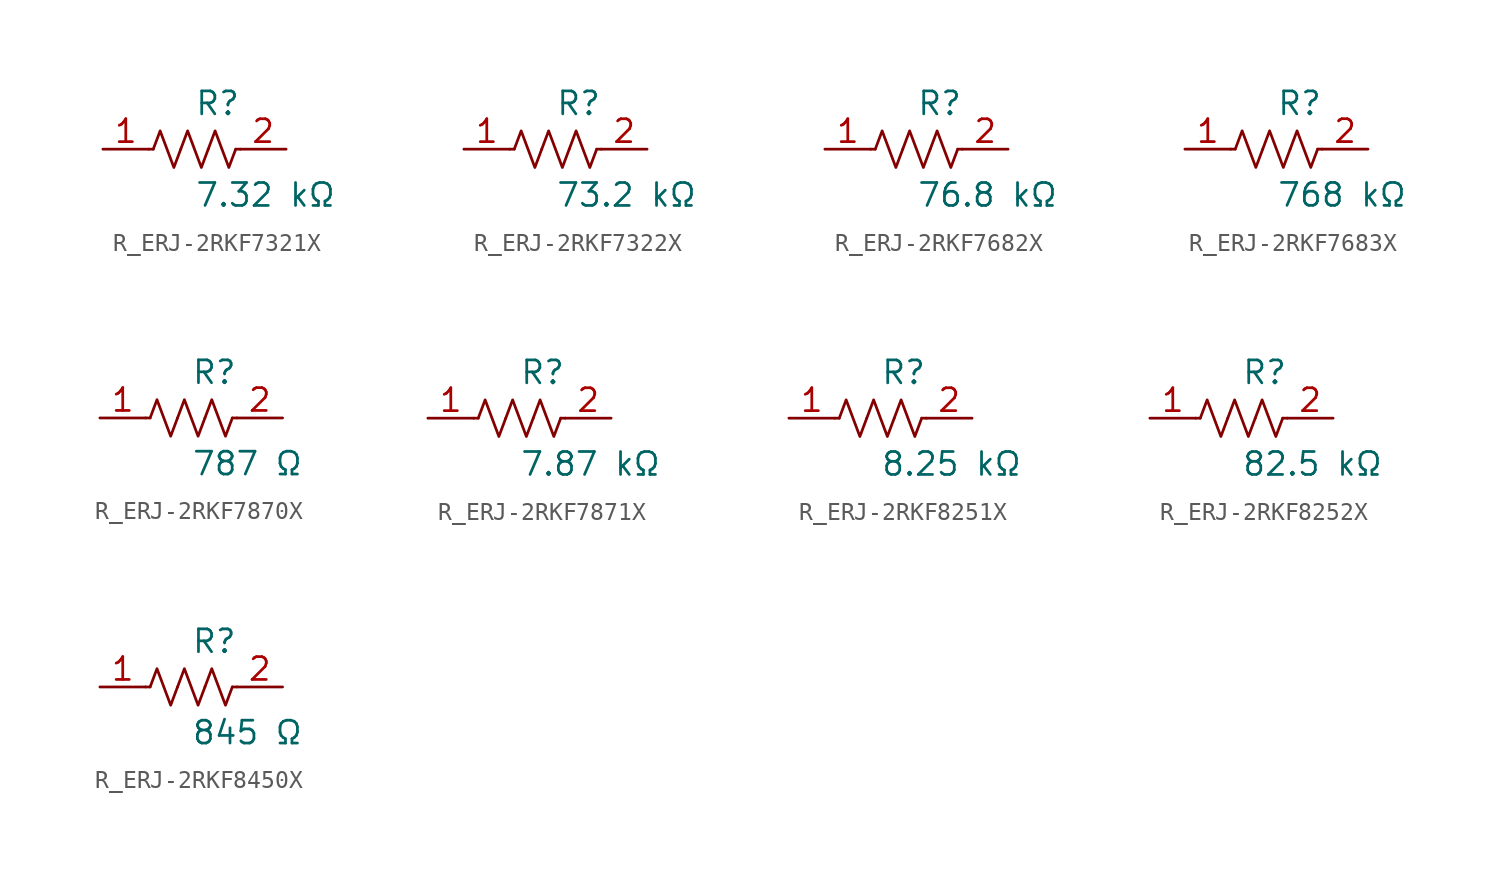
<source format=kicad_sym>
(kicad_symbol_lib
  (version 20231120)
  (generator kicad_symbol_editor)
  (generator_version 8.0)
  (symbol "R_ERJ-2RKF7321X"
    (pin_names
      (offset 0.254))
    (property "Reference" "R"
      (at 0.0 2.54 0)
      (effects (font (size 1.27 1.27)) (justify left)))
    (property "Value" "7.32 kΩ"
      (at 0.0 -2.54 0)
      (effects (font (size 1.27 1.27)) (justify left)))
    (symbol "R_ERJ-2RKF7321X_0_1"
      (polyline (pts (xy 2.286 0) (xy 2.54 0)) (stroke (width 0) (type default)) (fill (type none)))
      (polyline (pts (xy -2.286 0) (xy -2.54 0)) (stroke (width 0) (type default)) (fill (type none)))
      (polyline (pts (xy 0.762 0) (xy 1.143 1.016) (xy 1.524 0) (xy 1.905 -1.016) (xy 2.286 0)) (stroke (width 0) (type default)) (fill (type none)))
      (polyline (pts (xy -0.762 0) (xy -0.381 1.016) (xy 0 0) (xy 0.381 -1.016) (xy 0.762 0)) (stroke (width 0) (type default)) (fill (type none)))
      (polyline (pts (xy -2.286 0) (xy -1.905 1.016) (xy -1.524 0) (xy -1.143 -1.016) (xy -0.762 0)) (stroke (width 0) (type default)) (fill (type none))))
    (pin unspecified line
      (at -5.08 0 0)
      (length 2.54)
      (name "" (effects (font (size 1.27 1.27))))
      (number "1" (effects (font (size 1.27 1.27)))))
    (pin unspecified line
      (at 5.08 0 180)
      (length 2.54)
      (name "" (effects (font (size 1.27 1.27))))
      (number "2" (effects (font (size 1.27 1.27))))))
  (symbol "R_ERJ-2RKF7322X"
    (pin_names
      (offset 0.254))
    (property "Reference" "R"
      (at 0.0 2.54 0)
      (effects (font (size 1.27 1.27)) (justify left)))
    (property "Value" "73.2 kΩ"
      (at 0.0 -2.54 0)
      (effects (font (size 1.27 1.27)) (justify left)))
    (symbol "R_ERJ-2RKF7322X_0_1"
      (polyline (pts (xy 2.286 0) (xy 2.54 0)) (stroke (width 0) (type default)) (fill (type none)))
      (polyline (pts (xy -2.286 0) (xy -2.54 0)) (stroke (width 0) (type default)) (fill (type none)))
      (polyline (pts (xy 0.762 0) (xy 1.143 1.016) (xy 1.524 0) (xy 1.905 -1.016) (xy 2.286 0)) (stroke (width 0) (type default)) (fill (type none)))
      (polyline (pts (xy -0.762 0) (xy -0.381 1.016) (xy 0 0) (xy 0.381 -1.016) (xy 0.762 0)) (stroke (width 0) (type default)) (fill (type none)))
      (polyline (pts (xy -2.286 0) (xy -1.905 1.016) (xy -1.524 0) (xy -1.143 -1.016) (xy -0.762 0)) (stroke (width 0) (type default)) (fill (type none))))
    (pin unspecified line
      (at -5.08 0 0)
      (length 2.54)
      (name "" (effects (font (size 1.27 1.27))))
      (number "1" (effects (font (size 1.27 1.27)))))
    (pin unspecified line
      (at 5.08 0 180)
      (length 2.54)
      (name "" (effects (font (size 1.27 1.27))))
      (number "2" (effects (font (size 1.27 1.27))))))
  (symbol "R_ERJ-2RKF7682X"
    (pin_names
      (offset 0.254))
    (property "Reference" "R"
      (at 0.0 2.54 0)
      (effects (font (size 1.27 1.27)) (justify left)))
    (property "Value" "76.8 kΩ"
      (at 0.0 -2.54 0)
      (effects (font (size 1.27 1.27)) (justify left)))
    (symbol "R_ERJ-2RKF7682X_0_1"
      (polyline (pts (xy 2.286 0) (xy 2.54 0)) (stroke (width 0) (type default)) (fill (type none)))
      (polyline (pts (xy -2.286 0) (xy -2.54 0)) (stroke (width 0) (type default)) (fill (type none)))
      (polyline (pts (xy 0.762 0) (xy 1.143 1.016) (xy 1.524 0) (xy 1.905 -1.016) (xy 2.286 0)) (stroke (width 0) (type default)) (fill (type none)))
      (polyline (pts (xy -0.762 0) (xy -0.381 1.016) (xy 0 0) (xy 0.381 -1.016) (xy 0.762 0)) (stroke (width 0) (type default)) (fill (type none)))
      (polyline (pts (xy -2.286 0) (xy -1.905 1.016) (xy -1.524 0) (xy -1.143 -1.016) (xy -0.762 0)) (stroke (width 0) (type default)) (fill (type none))))
    (pin unspecified line
      (at -5.08 0 0)
      (length 2.54)
      (name "" (effects (font (size 1.27 1.27))))
      (number "1" (effects (font (size 1.27 1.27)))))
    (pin unspecified line
      (at 5.08 0 180)
      (length 2.54)
      (name "" (effects (font (size 1.27 1.27))))
      (number "2" (effects (font (size 1.27 1.27))))))
  (symbol "R_ERJ-2RKF7683X"
    (pin_names
      (offset 0.254))
    (property "Reference" "R"
      (at 0.0 2.54 0)
      (effects (font (size 1.27 1.27)) (justify left)))
    (property "Value" "768 kΩ"
      (at 0.0 -2.54 0)
      (effects (font (size 1.27 1.27)) (justify left)))
    (symbol "R_ERJ-2RKF7683X_0_1"
      (polyline (pts (xy 2.286 0) (xy 2.54 0)) (stroke (width 0) (type default)) (fill (type none)))
      (polyline (pts (xy -2.286 0) (xy -2.54 0)) (stroke (width 0) (type default)) (fill (type none)))
      (polyline (pts (xy 0.762 0) (xy 1.143 1.016) (xy 1.524 0) (xy 1.905 -1.016) (xy 2.286 0)) (stroke (width 0) (type default)) (fill (type none)))
      (polyline (pts (xy -0.762 0) (xy -0.381 1.016) (xy 0 0) (xy 0.381 -1.016) (xy 0.762 0)) (stroke (width 0) (type default)) (fill (type none)))
      (polyline (pts (xy -2.286 0) (xy -1.905 1.016) (xy -1.524 0) (xy -1.143 -1.016) (xy -0.762 0)) (stroke (width 0) (type default)) (fill (type none))))
    (pin unspecified line
      (at -5.08 0 0)
      (length 2.54)
      (name "" (effects (font (size 1.27 1.27))))
      (number "1" (effects (font (size 1.27 1.27)))))
    (pin unspecified line
      (at 5.08 0 180)
      (length 2.54)
      (name "" (effects (font (size 1.27 1.27))))
      (number "2" (effects (font (size 1.27 1.27))))))
  (symbol "R_ERJ-2RKF7870X"
    (pin_names
      (offset 0.254))
    (property "Reference" "R"
      (at 0.0 2.54 0)
      (effects (font (size 1.27 1.27)) (justify left)))
    (property "Value" "787 Ω"
      (at 0.0 -2.54 0)
      (effects (font (size 1.27 1.27)) (justify left)))
    (symbol "R_ERJ-2RKF7870X_0_1"
      (polyline (pts (xy 2.286 0) (xy 2.54 0)) (stroke (width 0) (type default)) (fill (type none)))
      (polyline (pts (xy -2.286 0) (xy -2.54 0)) (stroke (width 0) (type default)) (fill (type none)))
      (polyline (pts (xy 0.762 0) (xy 1.143 1.016) (xy 1.524 0) (xy 1.905 -1.016) (xy 2.286 0)) (stroke (width 0) (type default)) (fill (type none)))
      (polyline (pts (xy -0.762 0) (xy -0.381 1.016) (xy 0 0) (xy 0.381 -1.016) (xy 0.762 0)) (stroke (width 0) (type default)) (fill (type none)))
      (polyline (pts (xy -2.286 0) (xy -1.905 1.016) (xy -1.524 0) (xy -1.143 -1.016) (xy -0.762 0)) (stroke (width 0) (type default)) (fill (type none))))
    (pin unspecified line
      (at -5.08 0 0)
      (length 2.54)
      (name "" (effects (font (size 1.27 1.27))))
      (number "1" (effects (font (size 1.27 1.27)))))
    (pin unspecified line
      (at 5.08 0 180)
      (length 2.54)
      (name "" (effects (font (size 1.27 1.27))))
      (number "2" (effects (font (size 1.27 1.27))))))
  (symbol "R_ERJ-2RKF7871X"
    (pin_names
      (offset 0.254))
    (property "Reference" "R"
      (at 0.0 2.54 0)
      (effects (font (size 1.27 1.27)) (justify left)))
    (property "Value" "7.87 kΩ"
      (at 0.0 -2.54 0)
      (effects (font (size 1.27 1.27)) (justify left)))
    (symbol "R_ERJ-2RKF7871X_0_1"
      (polyline (pts (xy 2.286 0) (xy 2.54 0)) (stroke (width 0) (type default)) (fill (type none)))
      (polyline (pts (xy -2.286 0) (xy -2.54 0)) (stroke (width 0) (type default)) (fill (type none)))
      (polyline (pts (xy 0.762 0) (xy 1.143 1.016) (xy 1.524 0) (xy 1.905 -1.016) (xy 2.286 0)) (stroke (width 0) (type default)) (fill (type none)))
      (polyline (pts (xy -0.762 0) (xy -0.381 1.016) (xy 0 0) (xy 0.381 -1.016) (xy 0.762 0)) (stroke (width 0) (type default)) (fill (type none)))
      (polyline (pts (xy -2.286 0) (xy -1.905 1.016) (xy -1.524 0) (xy -1.143 -1.016) (xy -0.762 0)) (stroke (width 0) (type default)) (fill (type none))))
    (pin unspecified line
      (at -5.08 0 0)
      (length 2.54)
      (name "" (effects (font (size 1.27 1.27))))
      (number "1" (effects (font (size 1.27 1.27)))))
    (pin unspecified line
      (at 5.08 0 180)
      (length 2.54)
      (name "" (effects (font (size 1.27 1.27))))
      (number "2" (effects (font (size 1.27 1.27))))))
  (symbol "R_ERJ-2RKF8251X"
    (pin_names
      (offset 0.254))
    (property "Reference" "R"
      (at 0.0 2.54 0)
      (effects (font (size 1.27 1.27)) (justify left)))
    (property "Value" "8.25 kΩ"
      (at 0.0 -2.54 0)
      (effects (font (size 1.27 1.27)) (justify left)))
    (symbol "R_ERJ-2RKF8251X_0_1"
      (polyline (pts (xy 2.286 0) (xy 2.54 0)) (stroke (width 0) (type default)) (fill (type none)))
      (polyline (pts (xy -2.286 0) (xy -2.54 0)) (stroke (width 0) (type default)) (fill (type none)))
      (polyline (pts (xy 0.762 0) (xy 1.143 1.016) (xy 1.524 0) (xy 1.905 -1.016) (xy 2.286 0)) (stroke (width 0) (type default)) (fill (type none)))
      (polyline (pts (xy -0.762 0) (xy -0.381 1.016) (xy 0 0) (xy 0.381 -1.016) (xy 0.762 0)) (stroke (width 0) (type default)) (fill (type none)))
      (polyline (pts (xy -2.286 0) (xy -1.905 1.016) (xy -1.524 0) (xy -1.143 -1.016) (xy -0.762 0)) (stroke (width 0) (type default)) (fill (type none))))
    (pin unspecified line
      (at -5.08 0 0)
      (length 2.54)
      (name "" (effects (font (size 1.27 1.27))))
      (number "1" (effects (font (size 1.27 1.27)))))
    (pin unspecified line
      (at 5.08 0 180)
      (length 2.54)
      (name "" (effects (font (size 1.27 1.27))))
      (number "2" (effects (font (size 1.27 1.27))))))
  (symbol "R_ERJ-2RKF8252X"
    (pin_names
      (offset 0.254))
    (property "Reference" "R"
      (at 0.0 2.54 0)
      (effects (font (size 1.27 1.27)) (justify left)))
    (property "Value" "82.5 kΩ"
      (at 0.0 -2.54 0)
      (effects (font (size 1.27 1.27)) (justify left)))
    (symbol "R_ERJ-2RKF8252X_0_1"
      (polyline (pts (xy 2.286 0) (xy 2.54 0)) (stroke (width 0) (type default)) (fill (type none)))
      (polyline (pts (xy -2.286 0) (xy -2.54 0)) (stroke (width 0) (type default)) (fill (type none)))
      (polyline (pts (xy 0.762 0) (xy 1.143 1.016) (xy 1.524 0) (xy 1.905 -1.016) (xy 2.286 0)) (stroke (width 0) (type default)) (fill (type none)))
      (polyline (pts (xy -0.762 0) (xy -0.381 1.016) (xy 0 0) (xy 0.381 -1.016) (xy 0.762 0)) (stroke (width 0) (type default)) (fill (type none)))
      (polyline (pts (xy -2.286 0) (xy -1.905 1.016) (xy -1.524 0) (xy -1.143 -1.016) (xy -0.762 0)) (stroke (width 0) (type default)) (fill (type none))))
    (pin unspecified line
      (at -5.08 0 0)
      (length 2.54)
      (name "" (effects (font (size 1.27 1.27))))
      (number "1" (effects (font (size 1.27 1.27)))))
    (pin unspecified line
      (at 5.08 0 180)
      (length 2.54)
      (name "" (effects (font (size 1.27 1.27))))
      (number "2" (effects (font (size 1.27 1.27))))))
  (symbol "R_ERJ-2RKF8450X"
    (pin_names
      (offset 0.254))
    (property "Reference" "R"
      (at 0.0 2.54 0)
      (effects (font (size 1.27 1.27)) (justify left)))
    (property "Value" "845 Ω"
      (at 0.0 -2.54 0)
      (effects (font (size 1.27 1.27)) (justify left)))
    (symbol "R_ERJ-2RKF8450X_0_1"
      (polyline (pts (xy 2.286 0) (xy 2.54 0)) (stroke (width 0) (type default)) (fill (type none)))
      (polyline (pts (xy -2.286 0) (xy -2.54 0)) (stroke (width 0) (type default)) (fill (type none)))
      (polyline (pts (xy 0.762 0) (xy 1.143 1.016) (xy 1.524 0) (xy 1.905 -1.016) (xy 2.286 0)) (stroke (width 0) (type default)) (fill (type none)))
      (polyline (pts (xy -0.762 0) (xy -0.381 1.016) (xy 0 0) (xy 0.381 -1.016) (xy 0.762 0)) (stroke (width 0) (type default)) (fill (type none)))
      (polyline (pts (xy -2.286 0) (xy -1.905 1.016) (xy -1.524 0) (xy -1.143 -1.016) (xy -0.762 0)) (stroke (width 0) (type default)) (fill (type none))))
    (pin unspecified line
      (at -5.08 0 0)
      (length 2.54)
      (name "" (effects (font (size 1.27 1.27))))
      (number "1" (effects (font (size 1.27 1.27)))))
    (pin unspecified line
      (at 5.08 0 180)
      (length 2.54)
      (name "" (effects (font (size 1.27 1.27))))
      (number "2" (effects (font (size 1.27 1.27)))))))
</source>
